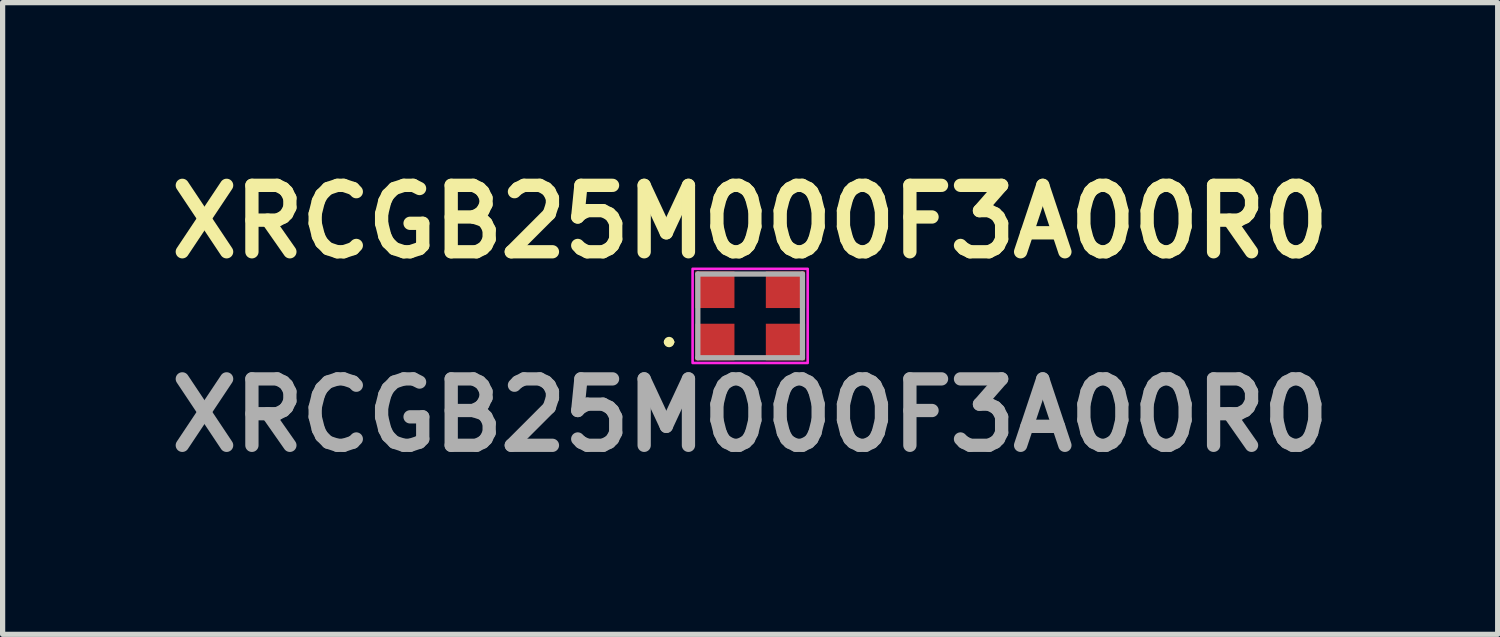
<source format=kicad_pcb>
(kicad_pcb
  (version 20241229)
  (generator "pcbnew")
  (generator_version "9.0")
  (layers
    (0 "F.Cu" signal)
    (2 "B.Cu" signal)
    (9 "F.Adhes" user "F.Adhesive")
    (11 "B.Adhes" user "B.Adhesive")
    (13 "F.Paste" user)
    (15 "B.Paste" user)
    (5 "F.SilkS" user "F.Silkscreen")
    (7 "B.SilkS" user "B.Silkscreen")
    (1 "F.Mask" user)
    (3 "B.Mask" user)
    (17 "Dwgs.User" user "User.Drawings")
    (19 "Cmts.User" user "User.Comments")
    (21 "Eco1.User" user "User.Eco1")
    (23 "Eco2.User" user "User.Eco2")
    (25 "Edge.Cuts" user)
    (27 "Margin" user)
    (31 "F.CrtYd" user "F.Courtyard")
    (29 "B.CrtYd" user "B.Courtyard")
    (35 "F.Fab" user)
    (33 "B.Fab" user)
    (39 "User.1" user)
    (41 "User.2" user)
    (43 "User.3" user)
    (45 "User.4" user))
  (footprint "XRCGB25M000F3A00R0"
    (layer "F.Cu")
    (at 11.291 2.989)
    (property "Reference" "XRCGB25M000F3A00R0" (at 0 -1.8 0) (layer "F.SilkS") (effects (font (size 1.27 1.27) (thickness 0.254))))
    (attr smd)
    (fp_line (start -1.6 0.5) (end -1.6 0.5) (stroke (width 0.1) (type solid)) (layer "F.SilkS"))
    (fp_line (start -1.5 0.5) (end -1.5 0.5) (stroke (width 0.1) (type solid)) (layer "F.SilkS"))
    (fp_arc (start -1.6 0.5) (mid -1.55 0.45) (end -1.5 0.5) (stroke (width 0.1) (type solid)) (layer "F.SilkS"))
    (fp_arc (start -1.5 0.5) (mid -1.55 0.55) (end -1.6 0.5) (stroke (width 0.1) (type solid)) (layer "F.SilkS"))
    (fp_rect (start -1.1 -0.9) (end 1.1 0.9) (stroke (width 0.05) (type default)) (fill no) (layer "F.CrtYd"))
    (fp_line (start -1 -0.8) (end -1 0.8) (stroke (width 0.1) (type solid)) (layer "F.Fab"))
    (fp_line (start -1 0.8) (end 1 0.8) (stroke (width 0.1) (type solid)) (layer "F.Fab"))
    (fp_line (start 1 -0.8) (end -1 -0.8) (stroke (width 0.1) (type solid)) (layer "F.Fab"))
    (fp_line (start 1 0.8) (end 1 -0.8) (stroke (width 0.1) (type solid)) (layer "F.Fab"))
    (fp_text user "${REFERENCE}" (at 0 1.9 0) (layer "F.Fab") (effects (font (size 1.27 1.27) (thickness 0.254))))
    (pad "1" smd rect (at -0.675 0.5 90) (size 0.7 0.75) (layers "F.Cu" "F.Mask" "F.Paste"))
    (pad "2" smd rect (at 0.675 0.5 90) (size 0.7 0.75) (layers "F.Cu" "F.Mask" "F.Paste"))
    (pad "3" smd rect (at 0.675 -0.5 90) (size 0.7 0.75) (layers "F.Cu" "F.Mask" "F.Paste"))
    (pad "4" smd rect (at -0.675 -0.5 90) (size 0.7 0.75) (layers "F.Cu" "F.Mask" "F.Paste")))
  (gr_rect
    (start -3 -3)
    (end 25.582 9.077)
    (stroke (width 0.1) (type default))
    (fill no)
    (layer "Edge.Cuts")))
</source>
